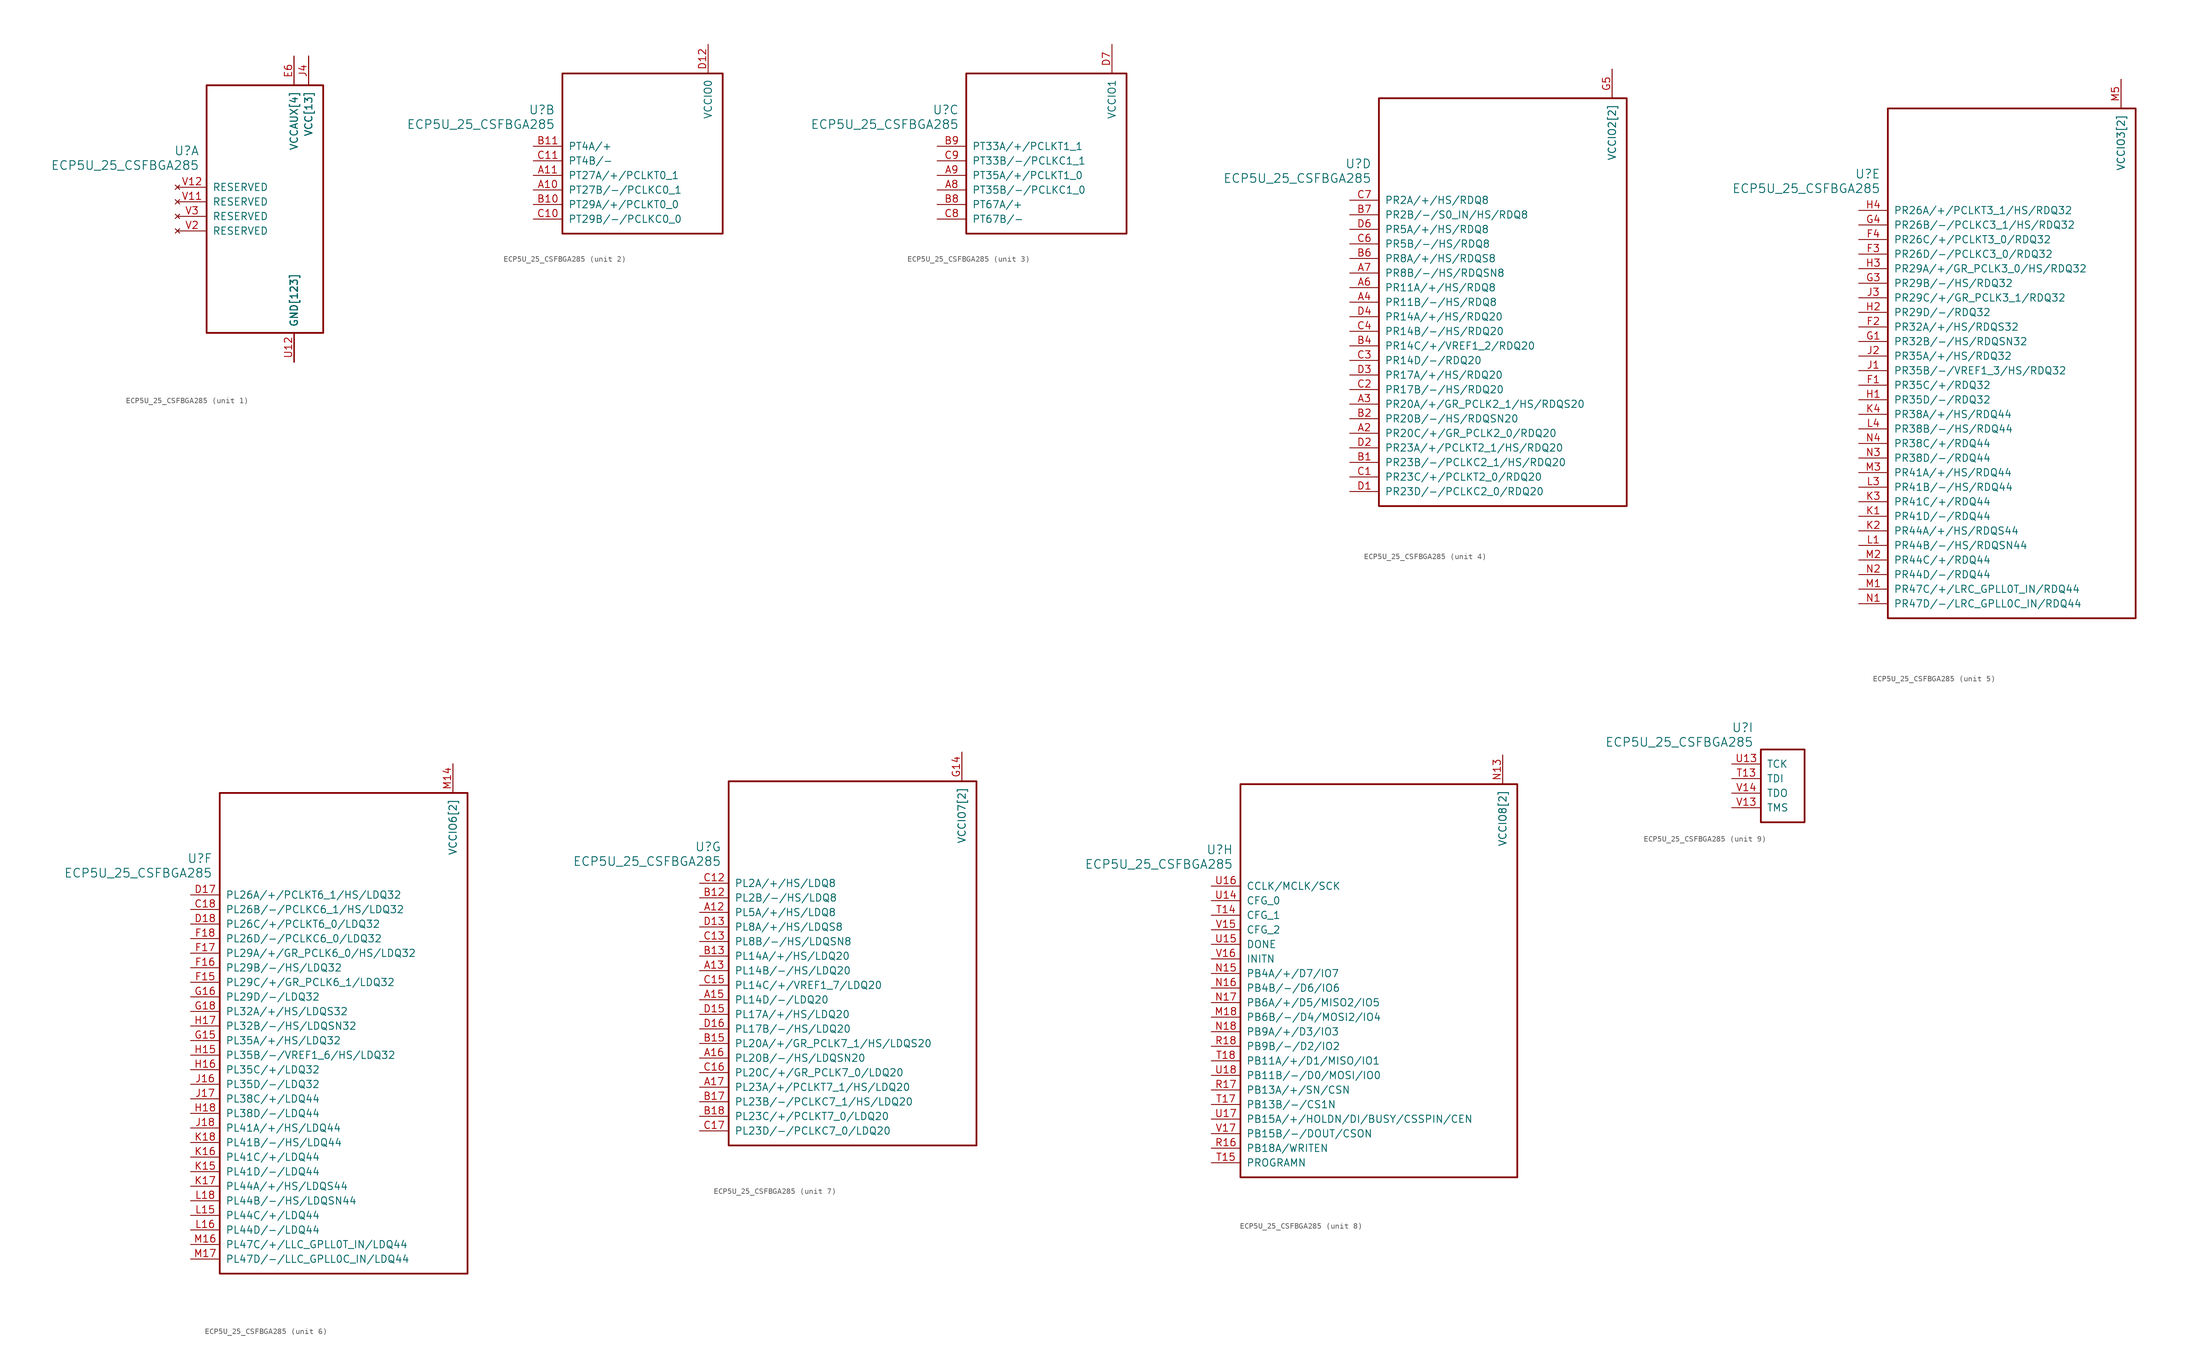
<source format=kicad_sym>
(kicad_symbol_lib
  (version 20231120)
  (generator "kicad_symbol_editor")
  (generator_version "8.0")
  (symbol "ECP5U_25_CSFBGA285"
    (pin_names
      (offset 1.016))
    (property "Reference" "U"
      (at 3.81 6.35 0)
      (effects (font (size 1.524 1.524)) (justify right)))
    (property "Value" "ECP5U_25_CSFBGA285"
      (at 3.81 3.81 0)
      (effects (font (size 1.524 1.524)) (justify right)))
    (property "ki_locked" ""
      (at 0 0 0)
      (effects (font (size 1.27 1.27))))
    (symbol "ECP5U_25_CSFBGA285_1_1"
      (rectangle (start 5.08 17.78) (end 25.4 -25.4) (stroke (width 0.305) (type default)) (fill (type none)))
      (pin power_in line (at 20.32 -30.48 90) (length 5.08) (name "GND[123]" (effects (font (size 1.27 1.27)))) (number "B16" (effects (font (size 0 0)))))
      (pin power_in line (at 20.32 -30.48 90) (length 5.08) (name "GND[123]" (effects (font (size 1.27 1.27)))) (number "B3" (effects (font (size 0 0)))))
      (pin power_in line (at 22.86 22.86 270) (length 5.08) (name "VCC[13]" (effects (font (size 1.27 1.27)))) (number "D10" (effects (font (size 0 0)))))
      (pin power_in line (at 22.86 22.86 270) (length 5.08) (name "VCC[13]" (effects (font (size 1.27 1.27)))) (number "D11" (effects (font (size 0 0)))))
      (pin power_in line (at 22.86 22.86 270) (length 5.08) (name "VCC[13]" (effects (font (size 1.27 1.27)))) (number "D8" (effects (font (size 0 0)))))
      (pin power_in line (at 22.86 22.86 270) (length 5.08) (name "VCC[13]" (effects (font (size 1.27 1.27)))) (number "D9" (effects (font (size 0 0)))))
      (pin power_in line (at 20.32 -30.48 90) (length 5.08) (name "GND[123]" (effects (font (size 1.27 1.27)))) (number "E10" (effects (font (size 0 0)))))
      (pin power_in line (at 20.32 -30.48 90) (length 5.08) (name "GND[123]" (effects (font (size 1.27 1.27)))) (number "E11" (effects (font (size 0 0)))))
      (pin power_in line (at 20.32 -30.48 90) (length 5.08) (name "GND[123]" (effects (font (size 1.27 1.27)))) (number "E12" (effects (font (size 0 0)))))
      (pin power_in line (at 20.32 22.86 270) (length 5.08) (name "VCCAUX[4]" (effects (font (size 1.27 1.27)))) (number "E13" (effects (font (size 0 0)))))
      (pin power_in line (at 20.32 -30.48 90) (length 5.08) (name "GND[123]" (effects (font (size 1.27 1.27)))) (number "E14" (effects (font (size 0 0)))))
      (pin power_in line (at 20.32 -30.48 90) (length 5.08) (name "GND[123]" (effects (font (size 1.27 1.27)))) (number "E5" (effects (font (size 0 0)))))
      (pin power_in line (at 20.32 22.86 270) (length 5.08) (name "VCCAUX[4]" (effects (font (size 1.27 1.27)))) (number "E6" (effects (font (size 1.27 1.27)))))
      (pin power_in line (at 20.32 -30.48 90) (length 5.08) (name "GND[123]" (effects (font (size 1.27 1.27)))) (number "E7" (effects (font (size 0 0)))))
      (pin power_in line (at 20.32 -30.48 90) (length 5.08) (name "GND[123]" (effects (font (size 1.27 1.27)))) (number "E8" (effects (font (size 0 0)))))
      (pin power_in line (at 20.32 -30.48 90) (length 5.08) (name "GND[123]" (effects (font (size 1.27 1.27)))) (number "E9" (effects (font (size 0 0)))))
      (pin power_in line (at 20.32 -30.48 90) (length 5.08) (name "GND[123]" (effects (font (size 1.27 1.27)))) (number "F10" (effects (font (size 0 0)))))
      (pin power_in line (at 20.32 -30.48 90) (length 5.08) (name "GND[123]" (effects (font (size 1.27 1.27)))) (number "F11" (effects (font (size 0 0)))))
      (pin power_in line (at 20.32 -30.48 90) (length 5.08) (name "GND[123]" (effects (font (size 1.27 1.27)))) (number "F12" (effects (font (size 0 0)))))
      (pin power_in line (at 20.32 -30.48 90) (length 5.08) (name "GND[123]" (effects (font (size 1.27 1.27)))) (number "F13" (effects (font (size 0 0)))))
      (pin power_in line (at 20.32 -30.48 90) (length 5.08) (name "GND[123]" (effects (font (size 1.27 1.27)))) (number "F14" (effects (font (size 0 0)))))
      (pin power_in line (at 20.32 -30.48 90) (length 5.08) (name "GND[123]" (effects (font (size 1.27 1.27)))) (number "F5" (effects (font (size 0 0)))))
      (pin power_in line (at 20.32 -30.48 90) (length 5.08) (name "GND[123]" (effects (font (size 1.27 1.27)))) (number "F6" (effects (font (size 0 0)))))
      (pin power_in line (at 20.32 -30.48 90) (length 5.08) (name "GND[123]" (effects (font (size 1.27 1.27)))) (number "F7" (effects (font (size 0 0)))))
      (pin power_in line (at 20.32 -30.48 90) (length 5.08) (name "GND[123]" (effects (font (size 1.27 1.27)))) (number "F8" (effects (font (size 0 0)))))
      (pin power_in line (at 20.32 -30.48 90) (length 5.08) (name "GND[123]" (effects (font (size 1.27 1.27)))) (number "F9" (effects (font (size 0 0)))))
      (pin power_in line (at 20.32 -30.48 90) (length 5.08) (name "GND[123]" (effects (font (size 1.27 1.27)))) (number "G10" (effects (font (size 0 0)))))
      (pin power_in line (at 20.32 -30.48 90) (length 5.08) (name "GND[123]" (effects (font (size 1.27 1.27)))) (number "G11" (effects (font (size 0 0)))))
      (pin power_in line (at 20.32 -30.48 90) (length 5.08) (name "GND[123]" (effects (font (size 1.27 1.27)))) (number "G12" (effects (font (size 0 0)))))
      (pin power_in line (at 20.32 -30.48 90) (length 5.08) (name "GND[123]" (effects (font (size 1.27 1.27)))) (number "G13" (effects (font (size 0 0)))))
      (pin power_in line (at 20.32 -30.48 90) (length 5.08) (name "GND[123]" (effects (font (size 1.27 1.27)))) (number "G17" (effects (font (size 0 0)))))
      (pin power_in line (at 20.32 -30.48 90) (length 5.08) (name "GND[123]" (effects (font (size 1.27 1.27)))) (number "G2" (effects (font (size 0 0)))))
      (pin power_in line (at 20.32 -30.48 90) (length 5.08) (name "GND[123]" (effects (font (size 1.27 1.27)))) (number "G6" (effects (font (size 0 0)))))
      (pin power_in line (at 20.32 -30.48 90) (length 5.08) (name "GND[123]" (effects (font (size 1.27 1.27)))) (number "G7" (effects (font (size 0 0)))))
      (pin power_in line (at 20.32 -30.48 90) (length 5.08) (name "GND[123]" (effects (font (size 1.27 1.27)))) (number "G8" (effects (font (size 0 0)))))
      (pin power_in line (at 20.32 -30.48 90) (length 5.08) (name "GND[123]" (effects (font (size 1.27 1.27)))) (number "G9" (effects (font (size 0 0)))))
      (pin power_in line (at 20.32 -30.48 90) (length 5.08) (name "GND[123]" (effects (font (size 1.27 1.27)))) (number "H10" (effects (font (size 0 0)))))
      (pin power_in line (at 20.32 -30.48 90) (length 5.08) (name "GND[123]" (effects (font (size 1.27 1.27)))) (number "H11" (effects (font (size 0 0)))))
      (pin power_in line (at 20.32 -30.48 90) (length 5.08) (name "GND[123]" (effects (font (size 1.27 1.27)))) (number "H12" (effects (font (size 0 0)))))
      (pin power_in line (at 20.32 -30.48 90) (length 5.08) (name "GND[123]" (effects (font (size 1.27 1.27)))) (number "H13" (effects (font (size 0 0)))))
      (pin power_in line (at 20.32 -30.48 90) (length 5.08) (name "GND[123]" (effects (font (size 1.27 1.27)))) (number "H6" (effects (font (size 0 0)))))
      (pin power_in line (at 20.32 -30.48 90) (length 5.08) (name "GND[123]" (effects (font (size 1.27 1.27)))) (number "H7" (effects (font (size 0 0)))))
      (pin power_in line (at 20.32 -30.48 90) (length 5.08) (name "GND[123]" (effects (font (size 1.27 1.27)))) (number "H8" (effects (font (size 0 0)))))
      (pin power_in line (at 20.32 -30.48 90) (length 5.08) (name "GND[123]" (effects (font (size 1.27 1.27)))) (number "H9" (effects (font (size 0 0)))))
      (pin power_in line (at 20.32 -30.48 90) (length 5.08) (name "GND[123]" (effects (font (size 1.27 1.27)))) (number "J10" (effects (font (size 0 0)))))
      (pin power_in line (at 20.32 -30.48 90) (length 5.08) (name "GND[123]" (effects (font (size 1.27 1.27)))) (number "J11" (effects (font (size 0 0)))))
      (pin power_in line (at 20.32 -30.48 90) (length 5.08) (name "GND[123]" (effects (font (size 1.27 1.27)))) (number "J12" (effects (font (size 0 0)))))
      (pin power_in line (at 20.32 -30.48 90) (length 5.08) (name "GND[123]" (effects (font (size 1.27 1.27)))) (number "J13" (effects (font (size 0 0)))))
      (pin power_in line (at 22.86 22.86 270) (length 5.08) (name "VCC[13]" (effects (font (size 1.27 1.27)))) (number "J14" (effects (font (size 0 0)))))
      (pin power_in line (at 22.86 22.86 270) (length 5.08) (name "VCC[13]" (effects (font (size 1.27 1.27)))) (number "J15" (effects (font (size 0 0)))))
      (pin power_in line (at 22.86 22.86 270) (length 5.08) (name "VCC[13]" (effects (font (size 1.27 1.27)))) (number "J4" (effects (font (size 1.27 1.27)))))
      (pin power_in line (at 22.86 22.86 270) (length 5.08) (name "VCC[13]" (effects (font (size 1.27 1.27)))) (number "J5" (effects (font (size 0 0)))))
      (pin power_in line (at 20.32 -30.48 90) (length 5.08) (name "GND[123]" (effects (font (size 1.27 1.27)))) (number "J6" (effects (font (size 0 0)))))
      (pin power_in line (at 20.32 -30.48 90) (length 5.08) (name "GND[123]" (effects (font (size 1.27 1.27)))) (number "J7" (effects (font (size 0 0)))))
      (pin power_in line (at 20.32 -30.48 90) (length 5.08) (name "GND[123]" (effects (font (size 1.27 1.27)))) (number "J8" (effects (font (size 0 0)))))
      (pin power_in line (at 20.32 -30.48 90) (length 5.08) (name "GND[123]" (effects (font (size 1.27 1.27)))) (number "J9" (effects (font (size 0 0)))))
      (pin power_in line (at 20.32 -30.48 90) (length 5.08) (name "GND[123]" (effects (font (size 1.27 1.27)))) (number "K10" (effects (font (size 0 0)))))
      (pin power_in line (at 20.32 -30.48 90) (length 5.08) (name "GND[123]" (effects (font (size 1.27 1.27)))) (number "K11" (effects (font (size 0 0)))))
      (pin power_in line (at 20.32 -30.48 90) (length 5.08) (name "GND[123]" (effects (font (size 1.27 1.27)))) (number "K12" (effects (font (size 0 0)))))
      (pin power_in line (at 20.32 -30.48 90) (length 5.08) (name "GND[123]" (effects (font (size 1.27 1.27)))) (number "K13" (effects (font (size 0 0)))))
      (pin power_in line (at 20.32 -30.48 90) (length 5.08) (name "GND[123]" (effects (font (size 1.27 1.27)))) (number "K14" (effects (font (size 0 0)))))
      (pin power_in line (at 20.32 -30.48 90) (length 5.08) (name "GND[123]" (effects (font (size 1.27 1.27)))) (number "K5" (effects (font (size 0 0)))))
      (pin power_in line (at 20.32 -30.48 90) (length 5.08) (name "GND[123]" (effects (font (size 1.27 1.27)))) (number "K6" (effects (font (size 0 0)))))
      (pin power_in line (at 20.32 -30.48 90) (length 5.08) (name "GND[123]" (effects (font (size 1.27 1.27)))) (number "K7" (effects (font (size 0 0)))))
      (pin power_in line (at 20.32 -30.48 90) (length 5.08) (name "GND[123]" (effects (font (size 1.27 1.27)))) (number "K8" (effects (font (size 0 0)))))
      (pin power_in line (at 20.32 -30.48 90) (length 5.08) (name "GND[123]" (effects (font (size 1.27 1.27)))) (number "K9" (effects (font (size 0 0)))))
      (pin power_in line (at 20.32 -30.48 90) (length 5.08) (name "GND[123]" (effects (font (size 1.27 1.27)))) (number "L10" (effects (font (size 0 0)))))
      (pin power_in line (at 20.32 -30.48 90) (length 5.08) (name "GND[123]" (effects (font (size 1.27 1.27)))) (number "L11" (effects (font (size 0 0)))))
      (pin power_in line (at 20.32 -30.48 90) (length 5.08) (name "GND[123]" (effects (font (size 1.27 1.27)))) (number "L12" (effects (font (size 0 0)))))
      (pin power_in line (at 20.32 -30.48 90) (length 5.08) (name "GND[123]" (effects (font (size 1.27 1.27)))) (number "L13" (effects (font (size 0 0)))))
      (pin power_in line (at 20.32 -30.48 90) (length 5.08) (name "GND[123]" (effects (font (size 1.27 1.27)))) (number "L14" (effects (font (size 0 0)))))
      (pin power_in line (at 20.32 -30.48 90) (length 5.08) (name "GND[123]" (effects (font (size 1.27 1.27)))) (number "L17" (effects (font (size 0 0)))))
      (pin power_in line (at 20.32 -30.48 90) (length 5.08) (name "GND[123]" (effects (font (size 1.27 1.27)))) (number "L2" (effects (font (size 0 0)))))
      (pin power_in line (at 20.32 -30.48 90) (length 5.08) (name "GND[123]" (effects (font (size 1.27 1.27)))) (number "L5" (effects (font (size 0 0)))))
      (pin power_in line (at 20.32 -30.48 90) (length 5.08) (name "GND[123]" (effects (font (size 1.27 1.27)))) (number "L6" (effects (font (size 0 0)))))
      (pin power_in line (at 20.32 -30.48 90) (length 5.08) (name "GND[123]" (effects (font (size 1.27 1.27)))) (number "L7" (effects (font (size 0 0)))))
      (pin power_in line (at 20.32 -30.48 90) (length 5.08) (name "GND[123]" (effects (font (size 1.27 1.27)))) (number "L8" (effects (font (size 0 0)))))
      (pin power_in line (at 20.32 -30.48 90) (length 5.08) (name "GND[123]" (effects (font (size 1.27 1.27)))) (number "L9" (effects (font (size 0 0)))))
      (pin power_in line (at 20.32 -30.48 90) (length 5.08) (name "GND[123]" (effects (font (size 1.27 1.27)))) (number "M10" (effects (font (size 0 0)))))
      (pin power_in line (at 20.32 -30.48 90) (length 5.08) (name "GND[123]" (effects (font (size 1.27 1.27)))) (number "M11" (effects (font (size 0 0)))))
      (pin power_in line (at 20.32 -30.48 90) (length 5.08) (name "GND[123]" (effects (font (size 1.27 1.27)))) (number "M12" (effects (font (size 0 0)))))
      (pin power_in line (at 20.32 -30.48 90) (length 5.08) (name "GND[123]" (effects (font (size 1.27 1.27)))) (number "M13" (effects (font (size 0 0)))))
      (pin power_in line (at 22.86 22.86 270) (length 5.08) (name "VCC[13]" (effects (font (size 1.27 1.27)))) (number "M15" (effects (font (size 0 0)))))
      (pin power_in line (at 22.86 22.86 270) (length 5.08) (name "VCC[13]" (effects (font (size 1.27 1.27)))) (number "M4" (effects (font (size 0 0)))))
      (pin power_in line (at 20.32 -30.48 90) (length 5.08) (name "GND[123]" (effects (font (size 1.27 1.27)))) (number "M6" (effects (font (size 0 0)))))
      (pin power_in line (at 20.32 -30.48 90) (length 5.08) (name "GND[123]" (effects (font (size 1.27 1.27)))) (number "M7" (effects (font (size 0 0)))))
      (pin power_in line (at 20.32 -30.48 90) (length 5.08) (name "GND[123]" (effects (font (size 1.27 1.27)))) (number "M8" (effects (font (size 0 0)))))
      (pin power_in line (at 20.32 -30.48 90) (length 5.08) (name "GND[123]" (effects (font (size 1.27 1.27)))) (number "M9" (effects (font (size 0 0)))))
      (pin power_in line (at 20.32 -30.48 90) (length 5.08) (name "GND[123]" (effects (font (size 1.27 1.27)))) (number "N10" (effects (font (size 0 0)))))
      (pin power_in line (at 20.32 -30.48 90) (length 5.08) (name "GND[123]" (effects (font (size 1.27 1.27)))) (number "N11" (effects (font (size 0 0)))))
      (pin power_in line (at 20.32 -30.48 90) (length 5.08) (name "GND[123]" (effects (font (size 1.27 1.27)))) (number "N12" (effects (font (size 0 0)))))
      (pin power_in line (at 20.32 22.86 270) (length 5.08) (name "VCCAUX[4]" (effects (font (size 1.27 1.27)))) (number "N6" (effects (font (size 0 0)))))
      (pin power_in line (at 20.32 -30.48 90) (length 5.08) (name "GND[123]" (effects (font (size 1.27 1.27)))) (number "N7" (effects (font (size 0 0)))))
      (pin power_in line (at 20.32 -30.48 90) (length 5.08) (name "GND[123]" (effects (font (size 1.27 1.27)))) (number "N8" (effects (font (size 0 0)))))
      (pin power_in line (at 20.32 -30.48 90) (length 5.08) (name "GND[123]" (effects (font (size 1.27 1.27)))) (number "N9" (effects (font (size 0 0)))))
      (pin power_in line (at 20.32 -30.48 90) (length 5.08) (name "GND[123]" (effects (font (size 1.27 1.27)))) (number "P10" (effects (font (size 0 0)))))
      (pin power_in line (at 22.86 22.86 270) (length 5.08) (name "VCC[13]" (effects (font (size 1.27 1.27)))) (number "P11" (effects (font (size 0 0)))))
      (pin power_in line (at 20.32 -30.48 90) (length 5.08) (name "GND[123]" (effects (font (size 1.27 1.27)))) (number "P12" (effects (font (size 0 0)))))
      (pin power_in line (at 20.32 22.86 270) (length 5.08) (name "VCCAUX[4]" (effects (font (size 1.27 1.27)))) (number "P13" (effects (font (size 0 0)))))
      (pin power_in line (at 20.32 -30.48 90) (length 5.08) (name "GND[123]" (effects (font (size 1.27 1.27)))) (number "P5" (effects (font (size 0 0)))))
      (pin power_in line (at 20.32 -30.48 90) (length 5.08) (name "GND[123]" (effects (font (size 1.27 1.27)))) (number "P6" (effects (font (size 0 0)))))
      (pin power_in line (at 22.86 22.86 270) (length 5.08) (name "VCC[13]" (effects (font (size 1.27 1.27)))) (number "P7" (effects (font (size 0 0)))))
      (pin power_in line (at 20.32 -30.48 90) (length 5.08) (name "GND[123]" (effects (font (size 1.27 1.27)))) (number "P8" (effects (font (size 0 0)))))
      (pin power_in line (at 22.86 22.86 270) (length 5.08) (name "VCC[13]" (effects (font (size 1.27 1.27)))) (number "P9" (effects (font (size 0 0)))))
      (pin power_in line (at 20.32 -30.48 90) (length 5.08) (name "GND[123]" (effects (font (size 1.27 1.27)))) (number "R1" (effects (font (size 0 0)))))
      (pin power_in line (at 20.32 -30.48 90) (length 5.08) (name "GND[123]" (effects (font (size 1.27 1.27)))) (number "R10" (effects (font (size 0 0)))))
      (pin power_in line (at 20.32 -30.48 90) (length 5.08) (name "GND[123]" (effects (font (size 1.27 1.27)))) (number "R2" (effects (font (size 0 0)))))
      (pin power_in line (at 20.32 -30.48 90) (length 5.08) (name "GND[123]" (effects (font (size 1.27 1.27)))) (number "R3" (effects (font (size 0 0)))))
      (pin power_in line (at 20.32 -30.48 90) (length 5.08) (name "GND[123]" (effects (font (size 1.27 1.27)))) (number "T1" (effects (font (size 0 0)))))
      (pin power_in line (at 20.32 -30.48 90) (length 5.08) (name "GND[123]" (effects (font (size 1.27 1.27)))) (number "T10" (effects (font (size 0 0)))))
      (pin power_in line (at 20.32 -30.48 90) (length 5.08) (name "GND[123]" (effects (font (size 1.27 1.27)))) (number "T11" (effects (font (size 0 0)))))
      (pin power_in line (at 20.32 -30.48 90) (length 5.08) (name "GND[123]" (effects (font (size 1.27 1.27)))) (number "T12" (effects (font (size 0 0)))))
      (pin power_in line (at 20.32 -30.48 90) (length 5.08) (name "GND[123]" (effects (font (size 1.27 1.27)))) (number "T16" (effects (font (size 0 0)))))
      (pin power_in line (at 20.32 -30.48 90) (length 5.08) (name "GND[123]" (effects (font (size 1.27 1.27)))) (number "T2" (effects (font (size 0 0)))))
      (pin power_in line (at 20.32 -30.48 90) (length 5.08) (name "GND[123]" (effects (font (size 1.27 1.27)))) (number "T3" (effects (font (size 0 0)))))
      (pin power_in line (at 20.32 -30.48 90) (length 5.08) (name "GND[123]" (effects (font (size 1.27 1.27)))) (number "T4" (effects (font (size 0 0)))))
      (pin power_in line (at 20.32 -30.48 90) (length 5.08) (name "GND[123]" (effects (font (size 1.27 1.27)))) (number "T5" (effects (font (size 0 0)))))
      (pin power_in line (at 20.32 -30.48 90) (length 5.08) (name "GND[123]" (effects (font (size 1.27 1.27)))) (number "T6" (effects (font (size 0 0)))))
      (pin power_in line (at 20.32 -30.48 90) (length 5.08) (name "GND[123]" (effects (font (size 1.27 1.27)))) (number "T7" (effects (font (size 0 0)))))
      (pin power_in line (at 20.32 -30.48 90) (length 5.08) (name "GND[123]" (effects (font (size 1.27 1.27)))) (number "T8" (effects (font (size 0 0)))))
      (pin power_in line (at 20.32 -30.48 90) (length 5.08) (name "GND[123]" (effects (font (size 1.27 1.27)))) (number "T9" (effects (font (size 0 0)))))
      (pin power_in line (at 20.32 -30.48 90) (length 5.08) (name "GND[123]" (effects (font (size 1.27 1.27)))) (number "U1" (effects (font (size 0 0)))))
      (pin power_in line (at 20.32 -30.48 90) (length 5.08) (name "GND[123]" (effects (font (size 1.27 1.27)))) (number "U10" (effects (font (size 0 0)))))
      (pin power_in line (at 20.32 -30.48 90) (length 5.08) (name "GND[123]" (effects (font (size 1.27 1.27)))) (number "U11" (effects (font (size 0 0)))))
      (pin power_in line (at 20.32 -30.48 90) (length 5.08) (name "GND[123]" (effects (font (size 1.27 1.27)))) (number "U12" (effects (font (size 1.27 1.27)))))
      (pin power_in line (at 20.32 -30.48 90) (length 5.08) (name "GND[123]" (effects (font (size 1.27 1.27)))) (number "U2" (effects (font (size 0 0)))))
      (pin power_in line (at 20.32 -30.48 90) (length 5.08) (name "GND[123]" (effects (font (size 1.27 1.27)))) (number "U3" (effects (font (size 0 0)))))
      (pin power_in line (at 20.32 -30.48 90) (length 5.08) (name "GND[123]" (effects (font (size 1.27 1.27)))) (number "U4" (effects (font (size 0 0)))))
      (pin power_in line (at 20.32 -30.48 90) (length 5.08) (name "GND[123]" (effects (font (size 1.27 1.27)))) (number "U5" (effects (font (size 0 0)))))
      (pin power_in line (at 20.32 -30.48 90) (length 5.08) (name "GND[123]" (effects (font (size 1.27 1.27)))) (number "U6" (effects (font (size 0 0)))))
      (pin power_in line (at 20.32 -30.48 90) (length 5.08) (name "GND[123]" (effects (font (size 1.27 1.27)))) (number "U7" (effects (font (size 0 0)))))
      (pin power_in line (at 20.32 -30.48 90) (length 5.08) (name "GND[123]" (effects (font (size 1.27 1.27)))) (number "U8" (effects (font (size 0 0)))))
      (pin power_in line (at 20.32 -30.48 90) (length 5.08) (name "GND[123]" (effects (font (size 1.27 1.27)))) (number "U9" (effects (font (size 0 0)))))
      (pin power_in line (at 20.32 -30.48 90) (length 5.08) (name "GND[123]" (effects (font (size 1.27 1.27)))) (number "V10" (effects (font (size 0 0)))))
      (pin no_connect line (at 0 -2.54 0) (length 5.08) (name "RESERVED" (effects (font (size 1.27 1.27)))) (number "V11" (effects (font (size 1.27 1.27)))))
      (pin no_connect line (at 0 0 0) (length 5.08) (name "RESERVED" (effects (font (size 1.27 1.27)))) (number "V12" (effects (font (size 1.27 1.27)))))
      (pin no_connect line (at 0 -7.62 0) (length 5.08) (name "RESERVED" (effects (font (size 1.27 1.27)))) (number "V2" (effects (font (size 1.27 1.27)))))
      (pin no_connect line (at 0 -5.08 0) (length 5.08) (name "RESERVED" (effects (font (size 1.27 1.27)))) (number "V3" (effects (font (size 1.27 1.27)))))
      (pin power_in line (at 20.32 -30.48 90) (length 5.08) (name "GND[123]" (effects (font (size 1.27 1.27)))) (number "V4" (effects (font (size 0 0)))))
      (pin power_in line (at 20.32 -30.48 90) (length 5.08) (name "GND[123]" (effects (font (size 1.27 1.27)))) (number "V5" (effects (font (size 0 0)))))
      (pin power_in line (at 20.32 -30.48 90) (length 5.08) (name "GND[123]" (effects (font (size 1.27 1.27)))) (number "V6" (effects (font (size 0 0)))))
      (pin power_in line (at 20.32 -30.48 90) (length 5.08) (name "GND[123]" (effects (font (size 1.27 1.27)))) (number "V7" (effects (font (size 0 0)))))
      (pin power_in line (at 20.32 -30.48 90) (length 5.08) (name "GND[123]" (effects (font (size 1.27 1.27)))) (number "V8" (effects (font (size 0 0)))))
      (pin power_in line (at 20.32 -30.48 90) (length 5.08) (name "GND[123]" (effects (font (size 1.27 1.27)))) (number "V9" (effects (font (size 0 0))))))
    (symbol "ECP5U_25_CSFBGA285_2_1"
      (rectangle (start 5.08 12.7) (end 33.02 -15.24) (stroke (width 0.305) (type default)) (fill (type none)))
      (pin bidirectional line (at 0 -7.62 0) (length 5.08) (name "PT27B/-/PCLKC0_1" (effects (font (size 1.27 1.27)))) (number "A10" (effects (font (size 1.27 1.27)))))
      (pin bidirectional line (at 0 -5.08 0) (length 5.08) (name "PT27A/+/PCLKT0_1" (effects (font (size 1.27 1.27)))) (number "A11" (effects (font (size 1.27 1.27)))))
      (pin bidirectional line (at 0 -10.16 0) (length 5.08) (name "PT29A/+/PCLKT0_0" (effects (font (size 1.27 1.27)))) (number "B10" (effects (font (size 1.27 1.27)))))
      (pin bidirectional line (at 0 0 0) (length 5.08) (name "PT4A/+" (effects (font (size 1.27 1.27)))) (number "B11" (effects (font (size 1.27 1.27)))))
      (pin bidirectional line (at 0 -12.7 0) (length 5.08) (name "PT29B/-/PCLKC0_0" (effects (font (size 1.27 1.27)))) (number "C10" (effects (font (size 1.27 1.27)))))
      (pin bidirectional line (at 0 -2.54 0) (length 5.08) (name "PT4B/-" (effects (font (size 1.27 1.27)))) (number "C11" (effects (font (size 1.27 1.27)))))
      (pin power_in line (at 30.48 17.78 270) (length 5.08) (name "VCCIO0" (effects (font (size 1.27 1.27)))) (number "D12" (effects (font (size 1.27 1.27))))))
    (symbol "ECP5U_25_CSFBGA285_3_1"
      (rectangle (start 5.08 12.7) (end 33.02 -15.24) (stroke (width 0.305) (type default)) (fill (type none)))
      (pin bidirectional line (at 0 -7.62 0) (length 5.08) (name "PT35B/-/PCLKC1_0" (effects (font (size 1.27 1.27)))) (number "A8" (effects (font (size 1.27 1.27)))))
      (pin bidirectional line (at 0 -5.08 0) (length 5.08) (name "PT35A/+/PCLKT1_0" (effects (font (size 1.27 1.27)))) (number "A9" (effects (font (size 1.27 1.27)))))
      (pin bidirectional line (at 0 -10.16 0) (length 5.08) (name "PT67A/+" (effects (font (size 1.27 1.27)))) (number "B8" (effects (font (size 1.27 1.27)))))
      (pin bidirectional line (at 0 0 0) (length 5.08) (name "PT33A/+/PCLKT1_1" (effects (font (size 1.27 1.27)))) (number "B9" (effects (font (size 1.27 1.27)))))
      (pin bidirectional line (at 0 -12.7 0) (length 5.08) (name "PT67B/-" (effects (font (size 1.27 1.27)))) (number "C8" (effects (font (size 1.27 1.27)))))
      (pin bidirectional line (at 0 -2.54 0) (length 5.08) (name "PT33B/-/PCLKC1_1" (effects (font (size 1.27 1.27)))) (number "C9" (effects (font (size 1.27 1.27)))))
      (pin power_in line (at 30.48 17.78 270) (length 5.08) (name "VCCIO1" (effects (font (size 1.27 1.27)))) (number "D7" (effects (font (size 1.27 1.27))))))
    (symbol "ECP5U_25_CSFBGA285_4_1"
      (rectangle (start 5.08 17.78) (end 48.26 -53.34) (stroke (width 0.305) (type default)) (fill (type none)))
      (pin bidirectional line (at 0 -40.64 0) (length 5.08) (name "PR20C/+/GR_PCLK2_0/RDQ20" (effects (font (size 1.27 1.27)))) (number "A2" (effects (font (size 1.27 1.27)))))
      (pin bidirectional line (at 0 -35.56 0) (length 5.08) (name "PR20A/+/GR_PCLK2_1/HS/RDQS20" (effects (font (size 1.27 1.27)))) (number "A3" (effects (font (size 1.27 1.27)))))
      (pin bidirectional line (at 0 -17.78 0) (length 5.08) (name "PR11B/-/HS/RDQ8" (effects (font (size 1.27 1.27)))) (number "A4" (effects (font (size 1.27 1.27)))))
      (pin bidirectional line (at 0 -15.24 0) (length 5.08) (name "PR11A/+/HS/RDQ8" (effects (font (size 1.27 1.27)))) (number "A6" (effects (font (size 1.27 1.27)))))
      (pin bidirectional line (at 0 -12.7 0) (length 5.08) (name "PR8B/-/HS/RDQSN8" (effects (font (size 1.27 1.27)))) (number "A7" (effects (font (size 1.27 1.27)))))
      (pin bidirectional line (at 0 -45.72 0) (length 5.08) (name "PR23B/-/PCLKC2_1/HS/RDQ20" (effects (font (size 1.27 1.27)))) (number "B1" (effects (font (size 1.27 1.27)))))
      (pin bidirectional line (at 0 -38.1 0) (length 5.08) (name "PR20B/-/HS/RDQSN20" (effects (font (size 1.27 1.27)))) (number "B2" (effects (font (size 1.27 1.27)))))
      (pin bidirectional line (at 0 -25.4 0) (length 5.08) (name "PR14C/+/VREF1_2/RDQ20" (effects (font (size 1.27 1.27)))) (number "B4" (effects (font (size 1.27 1.27)))))
      (pin bidirectional line (at 0 -10.16 0) (length 5.08) (name "PR8A/+/HS/RDQS8" (effects (font (size 1.27 1.27)))) (number "B6" (effects (font (size 1.27 1.27)))))
      (pin bidirectional line (at 0 -2.54 0) (length 5.08) (name "PR2B/-/S0_IN/HS/RDQ8" (effects (font (size 1.27 1.27)))) (number "B7" (effects (font (size 1.27 1.27)))))
      (pin bidirectional line (at 0 -48.26 0) (length 5.08) (name "PR23C/+/PCLKT2_0/RDQ20" (effects (font (size 1.27 1.27)))) (number "C1" (effects (font (size 1.27 1.27)))))
      (pin bidirectional line (at 0 -33.02 0) (length 5.08) (name "PR17B/-/HS/RDQ20" (effects (font (size 1.27 1.27)))) (number "C2" (effects (font (size 1.27 1.27)))))
      (pin bidirectional line (at 0 -27.94 0) (length 5.08) (name "PR14D/-/RDQ20" (effects (font (size 1.27 1.27)))) (number "C3" (effects (font (size 1.27 1.27)))))
      (pin bidirectional line (at 0 -22.86 0) (length 5.08) (name "PR14B/-/HS/RDQ20" (effects (font (size 1.27 1.27)))) (number "C4" (effects (font (size 1.27 1.27)))))
      (pin bidirectional line (at 0 -7.62 0) (length 5.08) (name "PR5B/-/HS/RDQ8" (effects (font (size 1.27 1.27)))) (number "C6" (effects (font (size 1.27 1.27)))))
      (pin bidirectional line (at 0 0 0) (length 5.08) (name "PR2A/+/HS/RDQ8" (effects (font (size 1.27 1.27)))) (number "C7" (effects (font (size 1.27 1.27)))))
      (pin bidirectional line (at 0 -50.8 0) (length 5.08) (name "PR23D/-/PCLKC2_0/RDQ20" (effects (font (size 1.27 1.27)))) (number "D1" (effects (font (size 1.27 1.27)))))
      (pin bidirectional line (at 0 -43.18 0) (length 5.08) (name "PR23A/+/PCLKT2_1/HS/RDQ20" (effects (font (size 1.27 1.27)))) (number "D2" (effects (font (size 1.27 1.27)))))
      (pin bidirectional line (at 0 -30.48 0) (length 5.08) (name "PR17A/+/HS/RDQ20" (effects (font (size 1.27 1.27)))) (number "D3" (effects (font (size 1.27 1.27)))))
      (pin bidirectional line (at 0 -20.32 0) (length 5.08) (name "PR14A/+/HS/RDQ20" (effects (font (size 1.27 1.27)))) (number "D4" (effects (font (size 1.27 1.27)))))
      (pin bidirectional line (at 0 -5.08 0) (length 5.08) (name "PR5A/+/HS/RDQ8" (effects (font (size 1.27 1.27)))) (number "D6" (effects (font (size 1.27 1.27)))))
      (pin power_in line (at 45.72 22.86 270) (length 5.08) (name "VCCIO2[2]" (effects (font (size 1.27 1.27)))) (number "G5" (effects (font (size 1.27 1.27)))))
      (pin power_in line (at 45.72 22.86 270) (length 5.08) (name "VCCIO2[2]" (effects (font (size 1.27 1.27)))) (number "H5" (effects (font (size 0 0))))))
    (symbol "ECP5U_25_CSFBGA285_5_1"
      (rectangle (start 5.08 17.78) (end 48.26 -71.12) (stroke (width 0.305) (type default)) (fill (type none)))
      (pin bidirectional line (at 0 -30.48 0) (length 5.08) (name "PR35C/+/RDQ32" (effects (font (size 1.27 1.27)))) (number "F1" (effects (font (size 1.27 1.27)))))
      (pin bidirectional line (at 0 -20.32 0) (length 5.08) (name "PR32A/+/HS/RDQS32" (effects (font (size 1.27 1.27)))) (number "F2" (effects (font (size 1.27 1.27)))))
      (pin bidirectional line (at 0 -7.62 0) (length 5.08) (name "PR26D/-/PCLKC3_0/RDQ32" (effects (font (size 1.27 1.27)))) (number "F3" (effects (font (size 1.27 1.27)))))
      (pin bidirectional line (at 0 -5.08 0) (length 5.08) (name "PR26C/+/PCLKT3_0/RDQ32" (effects (font (size 1.27 1.27)))) (number "F4" (effects (font (size 1.27 1.27)))))
      (pin bidirectional line (at 0 -22.86 0) (length 5.08) (name "PR32B/-/HS/RDQSN32" (effects (font (size 1.27 1.27)))) (number "G1" (effects (font (size 1.27 1.27)))))
      (pin bidirectional line (at 0 -12.7 0) (length 5.08) (name "PR29B/-/HS/RDQ32" (effects (font (size 1.27 1.27)))) (number "G3" (effects (font (size 1.27 1.27)))))
      (pin bidirectional line (at 0 -2.54 0) (length 5.08) (name "PR26B/-/PCLKC3_1/HS/RDQ32" (effects (font (size 1.27 1.27)))) (number "G4" (effects (font (size 1.27 1.27)))))
      (pin bidirectional line (at 0 -33.02 0) (length 5.08) (name "PR35D/-/RDQ32" (effects (font (size 1.27 1.27)))) (number "H1" (effects (font (size 1.27 1.27)))))
      (pin bidirectional line (at 0 -17.78 0) (length 5.08) (name "PR29D/-/RDQ32" (effects (font (size 1.27 1.27)))) (number "H2" (effects (font (size 1.27 1.27)))))
      (pin bidirectional line (at 0 -10.16 0) (length 5.08) (name "PR29A/+/GR_PCLK3_0/HS/RDQ32" (effects (font (size 1.27 1.27)))) (number "H3" (effects (font (size 1.27 1.27)))))
      (pin bidirectional line (at 0 0 0) (length 5.08) (name "PR26A/+/PCLKT3_1/HS/RDQ32" (effects (font (size 1.27 1.27)))) (number "H4" (effects (font (size 1.27 1.27)))))
      (pin bidirectional line (at 0 -27.94 0) (length 5.08) (name "PR35B/-/VREF1_3/HS/RDQ32" (effects (font (size 1.27 1.27)))) (number "J1" (effects (font (size 1.27 1.27)))))
      (pin bidirectional line (at 0 -25.4 0) (length 5.08) (name "PR35A/+/HS/RDQ32" (effects (font (size 1.27 1.27)))) (number "J2" (effects (font (size 1.27 1.27)))))
      (pin bidirectional line (at 0 -15.24 0) (length 5.08) (name "PR29C/+/GR_PCLK3_1/RDQ32" (effects (font (size 1.27 1.27)))) (number "J3" (effects (font (size 1.27 1.27)))))
      (pin bidirectional line (at 0 -53.34 0) (length 5.08) (name "PR41D/-/RDQ44" (effects (font (size 1.27 1.27)))) (number "K1" (effects (font (size 1.27 1.27)))))
      (pin bidirectional line (at 0 -55.88 0) (length 5.08) (name "PR44A/+/HS/RDQS44" (effects (font (size 1.27 1.27)))) (number "K2" (effects (font (size 1.27 1.27)))))
      (pin bidirectional line (at 0 -50.8 0) (length 5.08) (name "PR41C/+/RDQ44" (effects (font (size 1.27 1.27)))) (number "K3" (effects (font (size 1.27 1.27)))))
      (pin bidirectional line (at 0 -35.56 0) (length 5.08) (name "PR38A/+/HS/RDQ44" (effects (font (size 1.27 1.27)))) (number "K4" (effects (font (size 1.27 1.27)))))
      (pin bidirectional line (at 0 -58.42 0) (length 5.08) (name "PR44B/-/HS/RDQSN44" (effects (font (size 1.27 1.27)))) (number "L1" (effects (font (size 1.27 1.27)))))
      (pin bidirectional line (at 0 -48.26 0) (length 5.08) (name "PR41B/-/HS/RDQ44" (effects (font (size 1.27 1.27)))) (number "L3" (effects (font (size 1.27 1.27)))))
      (pin bidirectional line (at 0 -38.1 0) (length 5.08) (name "PR38B/-/HS/RDQ44" (effects (font (size 1.27 1.27)))) (number "L4" (effects (font (size 1.27 1.27)))))
      (pin bidirectional line (at 0 -66.04 0) (length 5.08) (name "PR47C/+/LRC_GPLL0T_IN/RDQ44" (effects (font (size 1.27 1.27)))) (number "M1" (effects (font (size 1.27 1.27)))))
      (pin bidirectional line (at 0 -60.96 0) (length 5.08) (name "PR44C/+/RDQ44" (effects (font (size 1.27 1.27)))) (number "M2" (effects (font (size 1.27 1.27)))))
      (pin bidirectional line (at 0 -45.72 0) (length 5.08) (name "PR41A/+/HS/RDQ44" (effects (font (size 1.27 1.27)))) (number "M3" (effects (font (size 1.27 1.27)))))
      (pin power_in line (at 45.72 22.86 270) (length 5.08) (name "VCCIO3[2]" (effects (font (size 1.27 1.27)))) (number "M5" (effects (font (size 1.27 1.27)))))
      (pin bidirectional line (at 0 -68.58 0) (length 5.08) (name "PR47D/-/LRC_GPLL0C_IN/RDQ44" (effects (font (size 1.27 1.27)))) (number "N1" (effects (font (size 1.27 1.27)))))
      (pin bidirectional line (at 0 -63.5 0) (length 5.08) (name "PR44D/-/RDQ44" (effects (font (size 1.27 1.27)))) (number "N2" (effects (font (size 1.27 1.27)))))
      (pin bidirectional line (at 0 -43.18 0) (length 5.08) (name "PR38D/-/RDQ44" (effects (font (size 1.27 1.27)))) (number "N3" (effects (font (size 1.27 1.27)))))
      (pin bidirectional line (at 0 -40.64 0) (length 5.08) (name "PR38C/+/RDQ44" (effects (font (size 1.27 1.27)))) (number "N4" (effects (font (size 1.27 1.27)))))
      (pin power_in line (at 45.72 22.86 270) (length 5.08) (name "VCCIO3[2]" (effects (font (size 1.27 1.27)))) (number "N5" (effects (font (size 0 0))))))
    (symbol "ECP5U_25_CSFBGA285_6_1"
      (rectangle (start 5.08 17.78) (end 48.26 -66.04) (stroke (width 0.305) (type default)) (fill (type none)))
      (pin bidirectional line (at 0 -2.54 0) (length 5.08) (name "PL26B/-/PCLKC6_1/HS/LDQ32" (effects (font (size 1.27 1.27)))) (number "C18" (effects (font (size 1.27 1.27)))))
      (pin bidirectional line (at 0 0 0) (length 5.08) (name "PL26A/+/PCLKT6_1/HS/LDQ32" (effects (font (size 1.27 1.27)))) (number "D17" (effects (font (size 1.27 1.27)))))
      (pin bidirectional line (at 0 -5.08 0) (length 5.08) (name "PL26C/+/PCLKT6_0/LDQ32" (effects (font (size 1.27 1.27)))) (number "D18" (effects (font (size 1.27 1.27)))))
      (pin bidirectional line (at 0 -15.24 0) (length 5.08) (name "PL29C/+/GR_PCLK6_1/LDQ32" (effects (font (size 1.27 1.27)))) (number "F15" (effects (font (size 1.27 1.27)))))
      (pin bidirectional line (at 0 -12.7 0) (length 5.08) (name "PL29B/-/HS/LDQ32" (effects (font (size 1.27 1.27)))) (number "F16" (effects (font (size 1.27 1.27)))))
      (pin bidirectional line (at 0 -10.16 0) (length 5.08) (name "PL29A/+/GR_PCLK6_0/HS/LDQ32" (effects (font (size 1.27 1.27)))) (number "F17" (effects (font (size 1.27 1.27)))))
      (pin bidirectional line (at 0 -7.62 0) (length 5.08) (name "PL26D/-/PCLKC6_0/LDQ32" (effects (font (size 1.27 1.27)))) (number "F18" (effects (font (size 1.27 1.27)))))
      (pin bidirectional line (at 0 -25.4 0) (length 5.08) (name "PL35A/+/HS/LDQ32" (effects (font (size 1.27 1.27)))) (number "G15" (effects (font (size 1.27 1.27)))))
      (pin bidirectional line (at 0 -17.78 0) (length 5.08) (name "PL29D/-/LDQ32" (effects (font (size 1.27 1.27)))) (number "G16" (effects (font (size 1.27 1.27)))))
      (pin bidirectional line (at 0 -20.32 0) (length 5.08) (name "PL32A/+/HS/LDQS32" (effects (font (size 1.27 1.27)))) (number "G18" (effects (font (size 1.27 1.27)))))
      (pin bidirectional line (at 0 -27.94 0) (length 5.08) (name "PL35B/-/VREF1_6/HS/LDQ32" (effects (font (size 1.27 1.27)))) (number "H15" (effects (font (size 1.27 1.27)))))
      (pin bidirectional line (at 0 -30.48 0) (length 5.08) (name "PL35C/+/LDQ32" (effects (font (size 1.27 1.27)))) (number "H16" (effects (font (size 1.27 1.27)))))
      (pin bidirectional line (at 0 -22.86 0) (length 5.08) (name "PL32B/-/HS/LDQSN32" (effects (font (size 1.27 1.27)))) (number "H17" (effects (font (size 1.27 1.27)))))
      (pin bidirectional line (at 0 -38.1 0) (length 5.08) (name "PL38D/-/LDQ44" (effects (font (size 1.27 1.27)))) (number "H18" (effects (font (size 1.27 1.27)))))
      (pin bidirectional line (at 0 -33.02 0) (length 5.08) (name "PL35D/-/LDQ32" (effects (font (size 1.27 1.27)))) (number "J16" (effects (font (size 1.27 1.27)))))
      (pin bidirectional line (at 0 -35.56 0) (length 5.08) (name "PL38C/+/LDQ44" (effects (font (size 1.27 1.27)))) (number "J17" (effects (font (size 1.27 1.27)))))
      (pin bidirectional line (at 0 -40.64 0) (length 5.08) (name "PL41A/+/HS/LDQ44" (effects (font (size 1.27 1.27)))) (number "J18" (effects (font (size 1.27 1.27)))))
      (pin bidirectional line (at 0 -48.26 0) (length 5.08) (name "PL41D/-/LDQ44" (effects (font (size 1.27 1.27)))) (number "K15" (effects (font (size 1.27 1.27)))))
      (pin bidirectional line (at 0 -45.72 0) (length 5.08) (name "PL41C/+/LDQ44" (effects (font (size 1.27 1.27)))) (number "K16" (effects (font (size 1.27 1.27)))))
      (pin bidirectional line (at 0 -50.8 0) (length 5.08) (name "PL44A/+/HS/LDQS44" (effects (font (size 1.27 1.27)))) (number "K17" (effects (font (size 1.27 1.27)))))
      (pin bidirectional line (at 0 -43.18 0) (length 5.08) (name "PL41B/-/HS/LDQ44" (effects (font (size 1.27 1.27)))) (number "K18" (effects (font (size 1.27 1.27)))))
      (pin bidirectional line (at 0 -55.88 0) (length 5.08) (name "PL44C/+/LDQ44" (effects (font (size 1.27 1.27)))) (number "L15" (effects (font (size 1.27 1.27)))))
      (pin bidirectional line (at 0 -58.42 0) (length 5.08) (name "PL44D/-/LDQ44" (effects (font (size 1.27 1.27)))) (number "L16" (effects (font (size 1.27 1.27)))))
      (pin bidirectional line (at 0 -53.34 0) (length 5.08) (name "PL44B/-/HS/LDQSN44" (effects (font (size 1.27 1.27)))) (number "L18" (effects (font (size 1.27 1.27)))))
      (pin power_in line (at 45.72 22.86 270) (length 5.08) (name "VCCIO6[2]" (effects (font (size 1.27 1.27)))) (number "M14" (effects (font (size 1.27 1.27)))))
      (pin bidirectional line (at 0 -60.96 0) (length 5.08) (name "PL47C/+/LLC_GPLL0T_IN/LDQ44" (effects (font (size 1.27 1.27)))) (number "M16" (effects (font (size 1.27 1.27)))))
      (pin bidirectional line (at 0 -63.5 0) (length 5.08) (name "PL47D/-/LLC_GPLL0C_IN/LDQ44" (effects (font (size 1.27 1.27)))) (number "M17" (effects (font (size 1.27 1.27)))))
      (pin power_in line (at 45.72 22.86 270) (length 5.08) (name "VCCIO6[2]" (effects (font (size 1.27 1.27)))) (number "N14" (effects (font (size 0 0))))))
    (symbol "ECP5U_25_CSFBGA285_7_1"
      (rectangle (start 5.08 17.78) (end 48.26 -45.72) (stroke (width 0.305) (type default)) (fill (type none)))
      (pin bidirectional line (at 0 -5.08 0) (length 5.08) (name "PL5A/+/HS/LDQ8" (effects (font (size 1.27 1.27)))) (number "A12" (effects (font (size 1.27 1.27)))))
      (pin bidirectional line (at 0 -15.24 0) (length 5.08) (name "PL14B/-/HS/LDQ20" (effects (font (size 1.27 1.27)))) (number "A13" (effects (font (size 1.27 1.27)))))
      (pin bidirectional line (at 0 -20.32 0) (length 5.08) (name "PL14D/-/LDQ20" (effects (font (size 1.27 1.27)))) (number "A15" (effects (font (size 1.27 1.27)))))
      (pin bidirectional line (at 0 -30.48 0) (length 5.08) (name "PL20B/-/HS/LDQSN20" (effects (font (size 1.27 1.27)))) (number "A16" (effects (font (size 1.27 1.27)))))
      (pin bidirectional line (at 0 -35.56 0) (length 5.08) (name "PL23A/+/PCLKT7_1/HS/LDQ20" (effects (font (size 1.27 1.27)))) (number "A17" (effects (font (size 1.27 1.27)))))
      (pin bidirectional line (at 0 -2.54 0) (length 5.08) (name "PL2B/-/HS/LDQ8" (effects (font (size 1.27 1.27)))) (number "B12" (effects (font (size 1.27 1.27)))))
      (pin bidirectional line (at 0 -12.7 0) (length 5.08) (name "PL14A/+/HS/LDQ20" (effects (font (size 1.27 1.27)))) (number "B13" (effects (font (size 1.27 1.27)))))
      (pin bidirectional line (at 0 -27.94 0) (length 5.08) (name "PL20A/+/GR_PCLK7_1/HS/LDQS20" (effects (font (size 1.27 1.27)))) (number "B15" (effects (font (size 1.27 1.27)))))
      (pin bidirectional line (at 0 -38.1 0) (length 5.08) (name "PL23B/-/PCLKC7_1/HS/LDQ20" (effects (font (size 1.27 1.27)))) (number "B17" (effects (font (size 1.27 1.27)))))
      (pin bidirectional line (at 0 -40.64 0) (length 5.08) (name "PL23C/+/PCLKT7_0/LDQ20" (effects (font (size 1.27 1.27)))) (number "B18" (effects (font (size 1.27 1.27)))))
      (pin bidirectional line (at 0 0 0) (length 5.08) (name "PL2A/+/HS/LDQ8" (effects (font (size 1.27 1.27)))) (number "C12" (effects (font (size 1.27 1.27)))))
      (pin bidirectional line (at 0 -10.16 0) (length 5.08) (name "PL8B/-/HS/LDQSN8" (effects (font (size 1.27 1.27)))) (number "C13" (effects (font (size 1.27 1.27)))))
      (pin bidirectional line (at 0 -17.78 0) (length 5.08) (name "PL14C/+/VREF1_7/LDQ20" (effects (font (size 1.27 1.27)))) (number "C15" (effects (font (size 1.27 1.27)))))
      (pin bidirectional line (at 0 -33.02 0) (length 5.08) (name "PL20C/+/GR_PCLK7_0/LDQ20" (effects (font (size 1.27 1.27)))) (number "C16" (effects (font (size 1.27 1.27)))))
      (pin bidirectional line (at 0 -43.18 0) (length 5.08) (name "PL23D/-/PCLKC7_0/LDQ20" (effects (font (size 1.27 1.27)))) (number "C17" (effects (font (size 1.27 1.27)))))
      (pin bidirectional line (at 0 -7.62 0) (length 5.08) (name "PL8A/+/HS/LDQS8" (effects (font (size 1.27 1.27)))) (number "D13" (effects (font (size 1.27 1.27)))))
      (pin bidirectional line (at 0 -22.86 0) (length 5.08) (name "PL17A/+/HS/LDQ20" (effects (font (size 1.27 1.27)))) (number "D15" (effects (font (size 1.27 1.27)))))
      (pin bidirectional line (at 0 -25.4 0) (length 5.08) (name "PL17B/-/HS/LDQ20" (effects (font (size 1.27 1.27)))) (number "D16" (effects (font (size 1.27 1.27)))))
      (pin power_in line (at 45.72 22.86 270) (length 5.08) (name "VCCIO7[2]" (effects (font (size 1.27 1.27)))) (number "G14" (effects (font (size 1.27 1.27)))))
      (pin power_in line (at 45.72 22.86 270) (length 5.08) (name "VCCIO7[2]" (effects (font (size 1.27 1.27)))) (number "H14" (effects (font (size 0 0))))))
    (symbol "ECP5U_25_CSFBGA285_8_1"
      (rectangle (start 5.08 17.78) (end 53.34 -50.8) (stroke (width 0.305) (type default)) (fill (type none)))
      (pin bidirectional line (at 0 -22.86 0) (length 5.08) (name "PB6B/-/D4/MOSI2/IO4" (effects (font (size 1.27 1.27)))) (number "M18" (effects (font (size 1.27 1.27)))))
      (pin power_in line (at 50.8 22.86 270) (length 5.08) (name "VCCIO8[2]" (effects (font (size 1.27 1.27)))) (number "N13" (effects (font (size 1.27 1.27)))))
      (pin bidirectional line (at 0 -15.24 0) (length 5.08) (name "PB4A/+/D7/IO7" (effects (font (size 1.27 1.27)))) (number "N15" (effects (font (size 1.27 1.27)))))
      (pin bidirectional line (at 0 -17.78 0) (length 5.08) (name "PB4B/-/D6/IO6" (effects (font (size 1.27 1.27)))) (number "N16" (effects (font (size 1.27 1.27)))))
      (pin bidirectional line (at 0 -20.32 0) (length 5.08) (name "PB6A/+/D5/MISO2/IO5" (effects (font (size 1.27 1.27)))) (number "N17" (effects (font (size 1.27 1.27)))))
      (pin bidirectional line (at 0 -25.4 0) (length 5.08) (name "PB9A/+/D3/IO3" (effects (font (size 1.27 1.27)))) (number "N18" (effects (font (size 1.27 1.27)))))
      (pin power_in line (at 50.8 22.86 270) (length 5.08) (name "VCCIO8[2]" (effects (font (size 1.27 1.27)))) (number "P14" (effects (font (size 0 0)))))
      (pin bidirectional line (at 0 -45.72 0) (length 5.08) (name "PB18A/WRITEN" (effects (font (size 1.27 1.27)))) (number "R16" (effects (font (size 1.27 1.27)))))
      (pin bidirectional line (at 0 -35.56 0) (length 5.08) (name "PB13A/+/SN/CSN" (effects (font (size 1.27 1.27)))) (number "R17" (effects (font (size 1.27 1.27)))))
      (pin bidirectional line (at 0 -27.94 0) (length 5.08) (name "PB9B/-/D2/IO2" (effects (font (size 1.27 1.27)))) (number "R18" (effects (font (size 1.27 1.27)))))
      (pin bidirectional line (at 0 -5.08 0) (length 5.08) (name "CFG_1" (effects (font (size 1.27 1.27)))) (number "T14" (effects (font (size 1.27 1.27)))))
      (pin bidirectional line (at 0 -48.26 0) (length 5.08) (name "PROGRAMN" (effects (font (size 1.27 1.27)))) (number "T15" (effects (font (size 1.27 1.27)))))
      (pin bidirectional line (at 0 -38.1 0) (length 5.08) (name "PB13B/-/CS1N" (effects (font (size 1.27 1.27)))) (number "T17" (effects (font (size 1.27 1.27)))))
      (pin bidirectional line (at 0 -30.48 0) (length 5.08) (name "PB11A/+/D1/MISO/IO1" (effects (font (size 1.27 1.27)))) (number "T18" (effects (font (size 1.27 1.27)))))
      (pin bidirectional line (at 0 -2.54 0) (length 5.08) (name "CFG_0" (effects (font (size 1.27 1.27)))) (number "U14" (effects (font (size 1.27 1.27)))))
      (pin bidirectional line (at 0 -10.16 0) (length 5.08) (name "DONE" (effects (font (size 1.27 1.27)))) (number "U15" (effects (font (size 1.27 1.27)))))
      (pin bidirectional line (at 0 0 0) (length 5.08) (name "CCLK/MCLK/SCK" (effects (font (size 1.27 1.27)))) (number "U16" (effects (font (size 1.27 1.27)))))
      (pin bidirectional line (at 0 -40.64 0) (length 5.08) (name "PB15A/+/HOLDN/DI/BUSY/CSSPIN/CEN" (effects (font (size 1.27 1.27)))) (number "U17" (effects (font (size 1.27 1.27)))))
      (pin bidirectional line (at 0 -33.02 0) (length 5.08) (name "PB11B/-/D0/MOSI/IO0" (effects (font (size 1.27 1.27)))) (number "U18" (effects (font (size 1.27 1.27)))))
      (pin bidirectional line (at 0 -7.62 0) (length 5.08) (name "CFG_2" (effects (font (size 1.27 1.27)))) (number "V15" (effects (font (size 1.27 1.27)))))
      (pin bidirectional line (at 0 -12.7 0) (length 5.08) (name "INITN" (effects (font (size 1.27 1.27)))) (number "V16" (effects (font (size 1.27 1.27)))))
      (pin bidirectional line (at 0 -43.18 0) (length 5.08) (name "PB15B/-/DOUT/CSON" (effects (font (size 1.27 1.27)))) (number "V17" (effects (font (size 1.27 1.27))))))
    (symbol "ECP5U_25_CSFBGA285_9_1"
      (rectangle (start 5.08 2.54) (end 12.7 -10.16) (stroke (width 0.305) (type default)) (fill (type none)))
      (pin bidirectional line (at 0 -2.54 0) (length 5.08) (name "TDI" (effects (font (size 1.27 1.27)))) (number "T13" (effects (font (size 1.27 1.27)))))
      (pin bidirectional line (at 0 0 0) (length 5.08) (name "TCK" (effects (font (size 1.27 1.27)))) (number "U13" (effects (font (size 1.27 1.27)))))
      (pin bidirectional line (at 0 -7.62 0) (length 5.08) (name "TMS" (effects (font (size 1.27 1.27)))) (number "V13" (effects (font (size 1.27 1.27)))))
      (pin bidirectional line (at 0 -5.08 0) (length 5.08) (name "TDO" (effects (font (size 1.27 1.27)))) (number "V14" (effects (font (size 1.27 1.27))))))))
</source>
